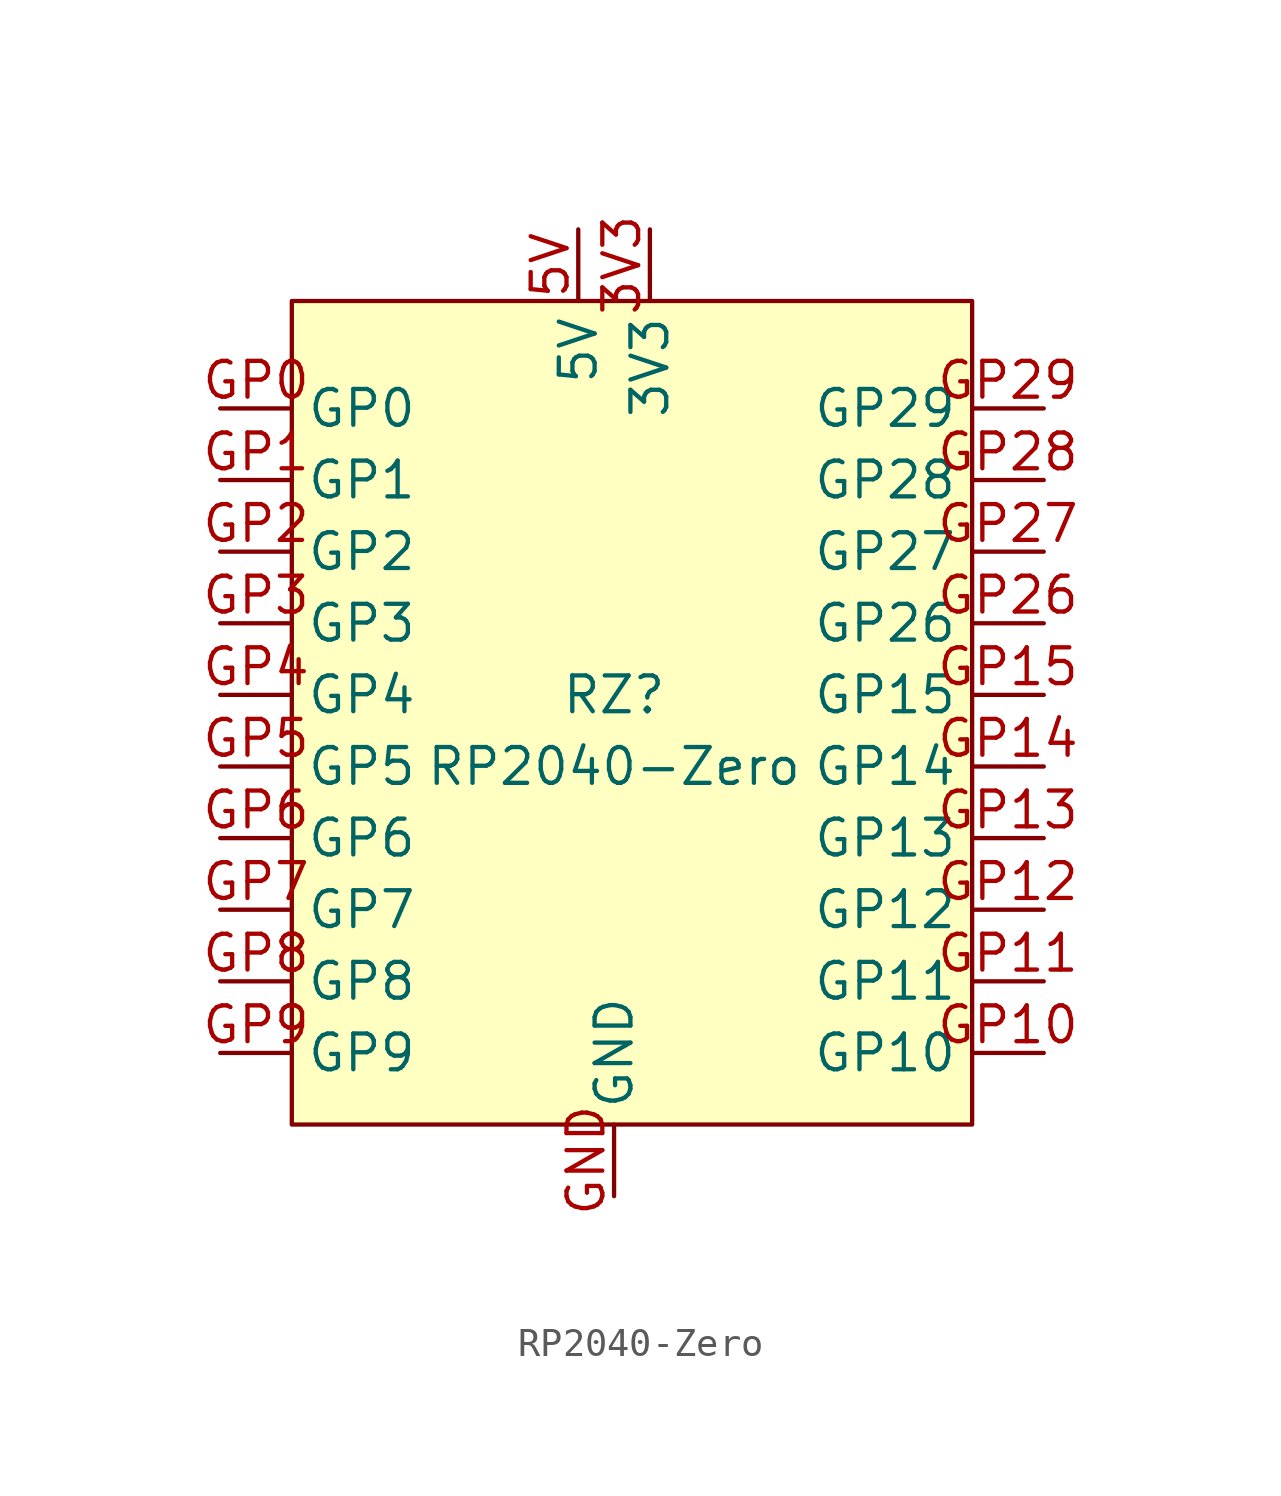
<source format=kicad_sym>
(kicad_symbol_lib
  (version 20211014)
  (generator kicad_symbol_editor)
  (symbol "RP2040-Zero"
    (property "Reference" "RZ"
      (at 0 0 0)
      (effects (font (size 1.27 1.27))))
    (property "Value" "RP2040-Zero"
      (at 0 -2.54 0)
      (effects (font (size 1.27 1.27))))
    (symbol "RP2040-Zero_0_1"
      (rectangle (start -11.43 -15.24) (end 12.7 13.97) (stroke (width 0) (type default) (color 0 0 0 0)) (fill (type background))))
    (symbol "RP2040-Zero_1_1"
      (pin power_in line (at 1.27 16.51 270) (length 2.54) (name "3V3" (effects (font (size 1.27 1.27)))) (number "3V3" (effects (font (size 1.27 1.27)))))
      (pin power_in line (at -1.27 16.51 270) (length 2.54) (name "5V" (effects (font (size 1.27 1.27)))) (number "5V" (effects (font (size 1.27 1.27)))))
      (pin power_in line (at 0 -17.78 90) (length 2.54) (name "GND" (effects (font (size 1.27 1.27)))) (number "GND" (effects (font (size 1.27 1.27)))))
      (pin bidirectional line (at -13.97 10.16 0) (length 2.54) (name "GP0" (effects (font (size 1.27 1.27)))) (number "GP0" (effects (font (size 1.27 1.27)))))
      (pin bidirectional line (at -13.97 7.62 0) (length 2.54) (name "GP1" (effects (font (size 1.27 1.27)))) (number "GP1" (effects (font (size 1.27 1.27)))))
      (pin bidirectional line (at 15.24 -12.7 180) (length 2.54) (name "GP10" (effects (font (size 1.27 1.27)))) (number "GP10" (effects (font (size 1.27 1.27)))))
      (pin bidirectional line (at 15.24 -10.16 180) (length 2.54) (name "GP11" (effects (font (size 1.27 1.27)))) (number "GP11" (effects (font (size 1.27 1.27)))))
      (pin bidirectional line (at 15.24 -7.62 180) (length 2.54) (name "GP12" (effects (font (size 1.27 1.27)))) (number "GP12" (effects (font (size 1.27 1.27)))))
      (pin bidirectional line (at 15.24 -5.08 180) (length 2.54) (name "GP13" (effects (font (size 1.27 1.27)))) (number "GP13" (effects (font (size 1.27 1.27)))))
      (pin bidirectional line (at 15.24 -2.54 180) (length 2.54) (name "GP14" (effects (font (size 1.27 1.27)))) (number "GP14" (effects (font (size 1.27 1.27)))))
      (pin bidirectional line (at 15.24 0 180) (length 2.54) (name "GP15" (effects (font (size 1.27 1.27)))) (number "GP15" (effects (font (size 1.27 1.27)))))
      (pin bidirectional line (at -13.97 5.08 0) (length 2.54) (name "GP2" (effects (font (size 1.27 1.27)))) (number "GP2" (effects (font (size 1.27 1.27)))))
      (pin bidirectional line (at 15.24 2.54 180) (length 2.54) (name "GP26" (effects (font (size 1.27 1.27)))) (number "GP26" (effects (font (size 1.27 1.27)))))
      (pin bidirectional line (at 15.24 5.08 180) (length 2.54) (name "GP27" (effects (font (size 1.27 1.27)))) (number "GP27" (effects (font (size 1.27 1.27)))))
      (pin bidirectional line (at 15.24 7.62 180) (length 2.54) (name "GP28" (effects (font (size 1.27 1.27)))) (number "GP28" (effects (font (size 1.27 1.27)))))
      (pin bidirectional line (at 15.24 10.16 180) (length 2.54) (name "GP29" (effects (font (size 1.27 1.27)))) (number "GP29" (effects (font (size 1.27 1.27)))))
      (pin bidirectional line (at -13.97 2.54 0) (length 2.54) (name "GP3" (effects (font (size 1.27 1.27)))) (number "GP3" (effects (font (size 1.27 1.27)))))
      (pin bidirectional line (at -13.97 0 0) (length 2.54) (name "GP4" (effects (font (size 1.27 1.27)))) (number "GP4" (effects (font (size 1.27 1.27)))))
      (pin bidirectional line (at -13.97 -2.54 0) (length 2.54) (name "GP5" (effects (font (size 1.27 1.27)))) (number "GP5" (effects (font (size 1.27 1.27)))))
      (pin bidirectional line (at -13.97 -5.08 0) (length 2.54) (name "GP6" (effects (font (size 1.27 1.27)))) (number "GP6" (effects (font (size 1.27 1.27)))))
      (pin bidirectional line (at -13.97 -7.62 0) (length 2.54) (name "GP7" (effects (font (size 1.27 1.27)))) (number "GP7" (effects (font (size 1.27 1.27)))))
      (pin bidirectional line (at -13.97 -10.16 0) (length 2.54) (name "GP8" (effects (font (size 1.27 1.27)))) (number "GP8" (effects (font (size 1.27 1.27)))))
      (pin bidirectional line (at -13.97 -12.7 0) (length 2.54) (name "GP9" (effects (font (size 1.27 1.27)))) (number "GP9" (effects (font (size 1.27 1.27))))))))
</source>
